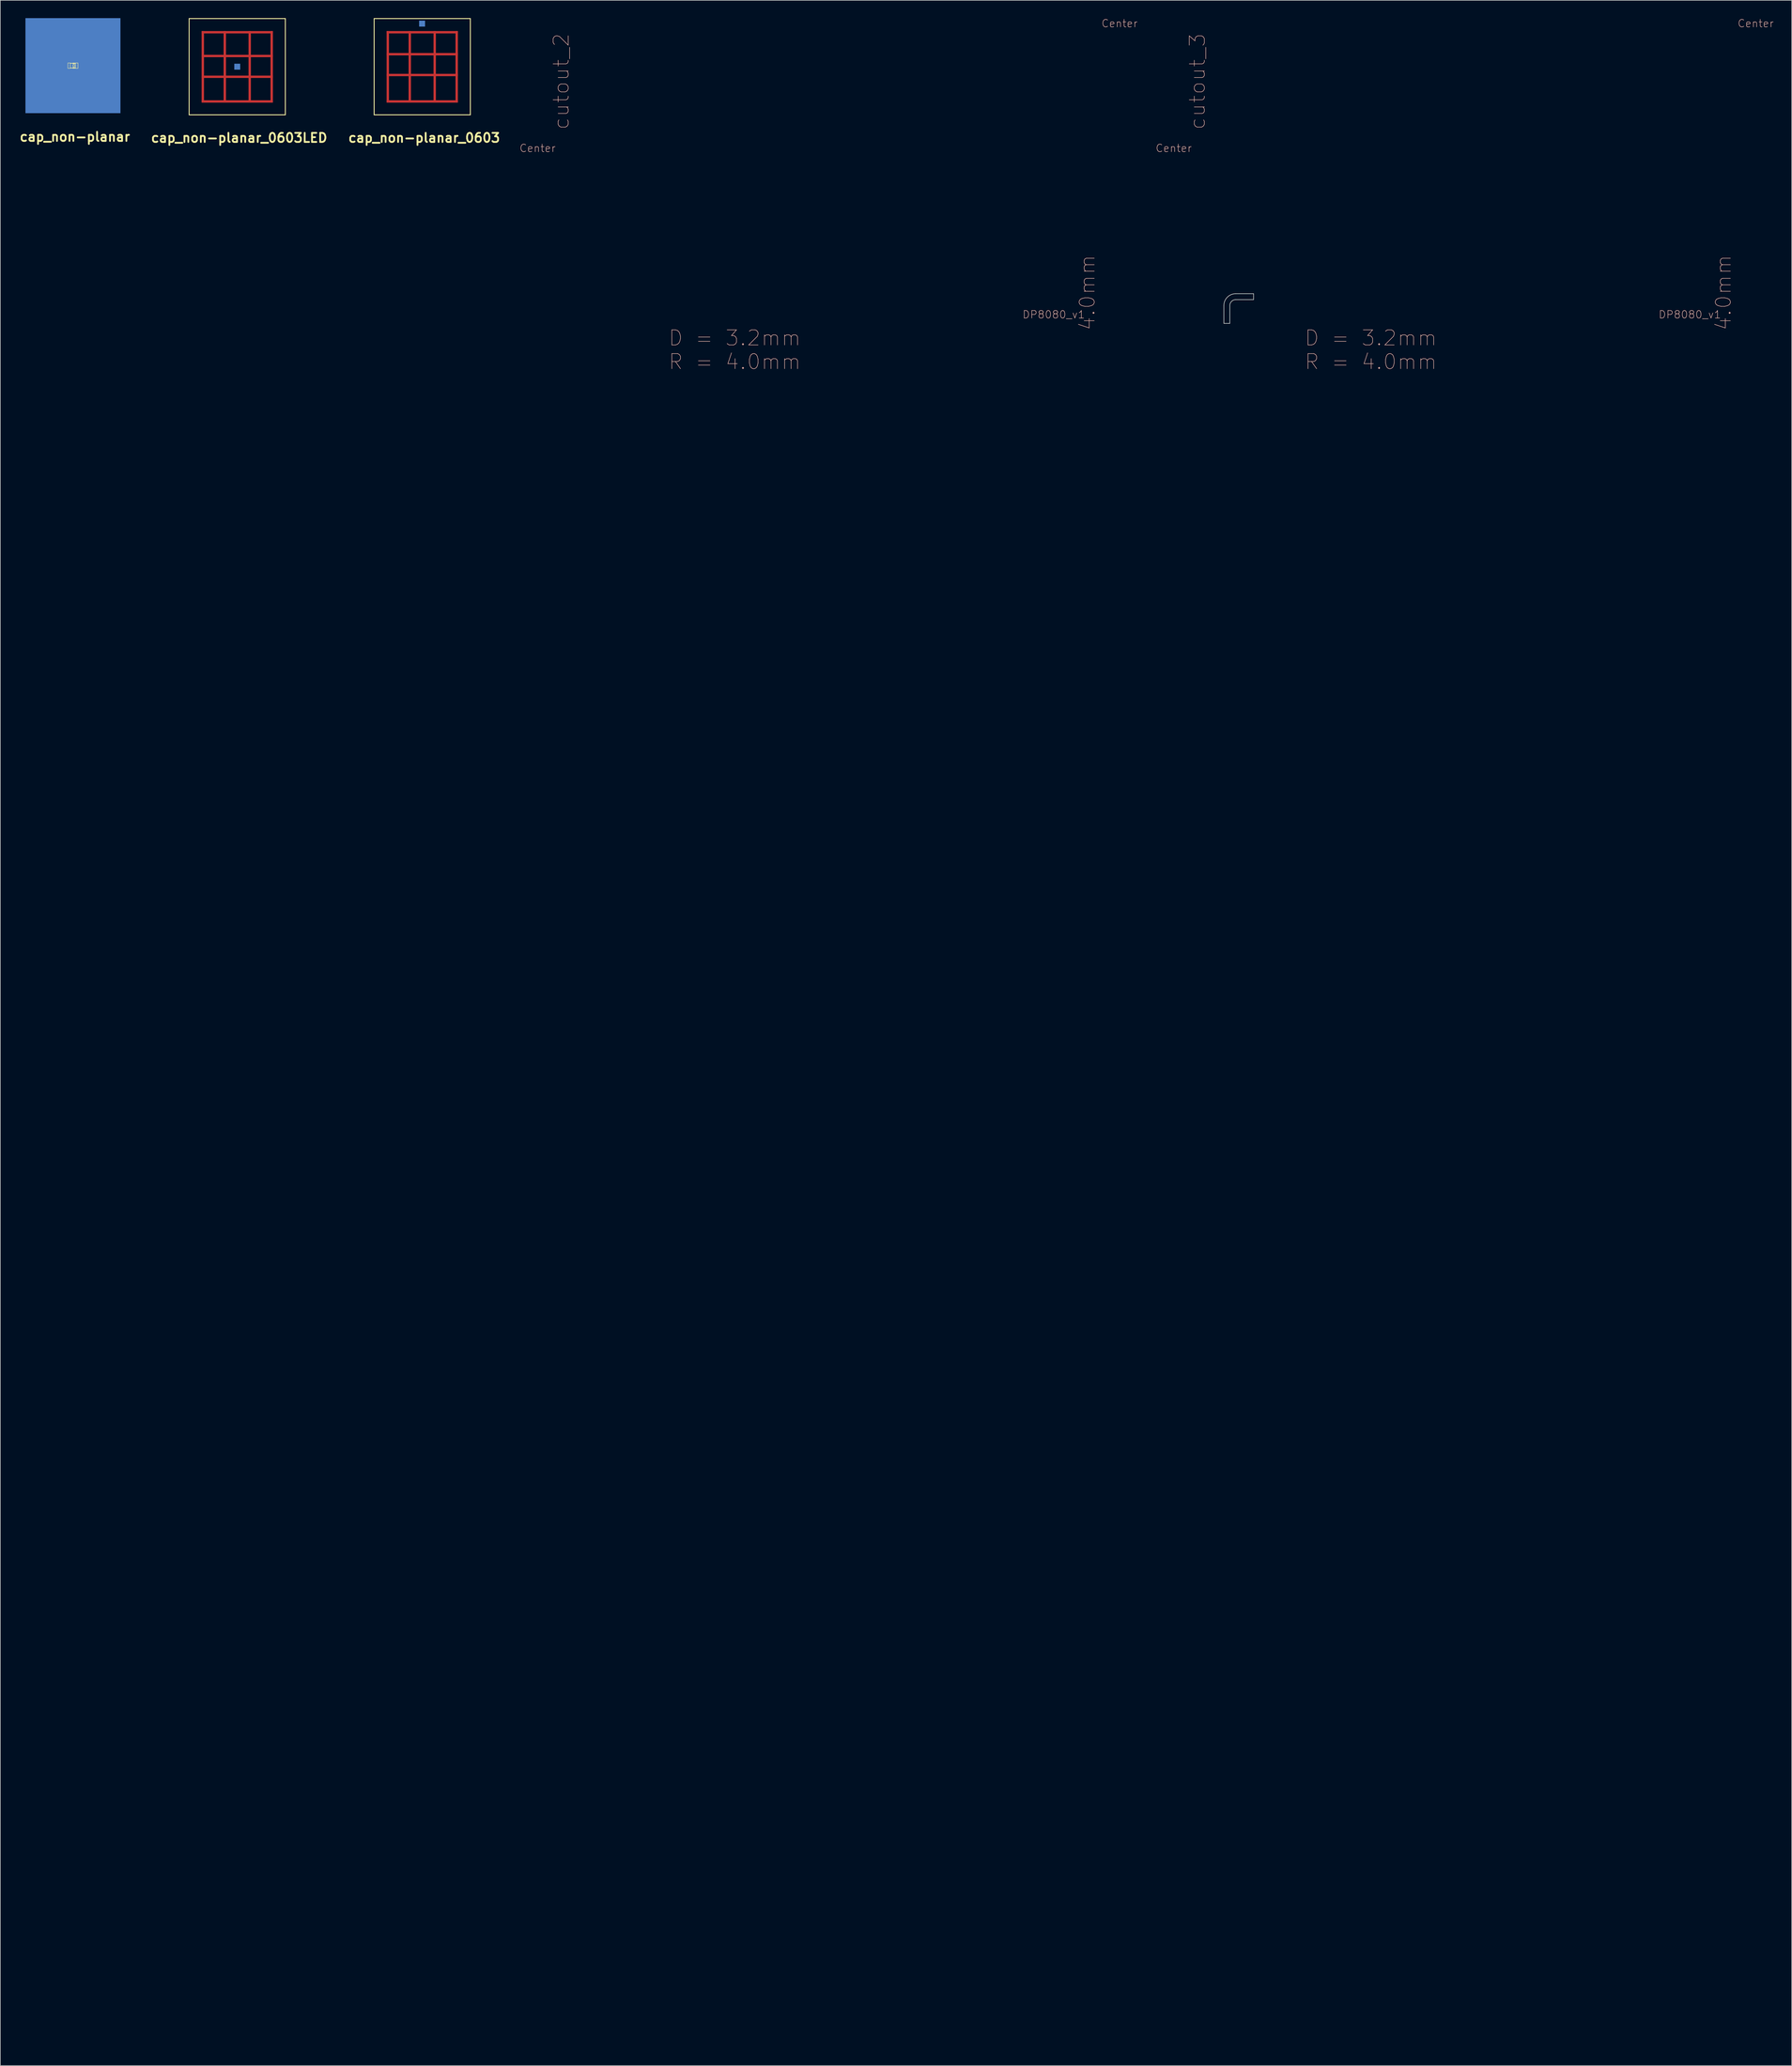
<source format=kicad_pcb>
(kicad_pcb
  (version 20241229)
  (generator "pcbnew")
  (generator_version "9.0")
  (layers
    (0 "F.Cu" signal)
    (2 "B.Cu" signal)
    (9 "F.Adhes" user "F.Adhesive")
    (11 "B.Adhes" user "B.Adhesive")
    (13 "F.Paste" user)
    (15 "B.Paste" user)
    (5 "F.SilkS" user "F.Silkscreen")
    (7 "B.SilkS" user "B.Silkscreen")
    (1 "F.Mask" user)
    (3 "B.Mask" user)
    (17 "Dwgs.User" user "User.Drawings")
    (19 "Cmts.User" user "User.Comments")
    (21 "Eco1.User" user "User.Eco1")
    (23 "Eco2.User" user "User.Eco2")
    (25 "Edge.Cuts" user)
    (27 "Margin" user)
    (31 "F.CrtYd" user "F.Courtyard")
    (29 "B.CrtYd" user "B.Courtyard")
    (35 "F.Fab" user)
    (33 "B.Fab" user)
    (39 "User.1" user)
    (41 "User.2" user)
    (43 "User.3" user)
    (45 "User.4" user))
  (footprint "cutout_2"
    (layer "F.Cu")
    (at 95.666 51.534)
    (property "Reference" "cutout_2" (at -4.209 -40.874 90) (layer "B.SilkS") (effects (font (size 2.54 2.54) (thickness 0.089))))
    (attr exclude_from_pos_files exclude_from_bom)
    (fp_line (start 6.95 284.05) (end 9.95 284.05) (stroke (width 0.1) (type solid)) (layer "Eco1.User"))
    (fp_line (start 6.95 285.05) (end 6.95 284.05) (stroke (width 0.1) (type solid)) (layer "Eco1.User"))
    (fp_line (start 6.95 285.05) (end 6.95 286.05) (stroke (width 0.1) (type solid)) (layer "Eco1.User"))
    (fp_line (start 6.95 286.05) (end 9.95 286.05) (stroke (width 0.1) (type solid)) (layer "Eco1.User"))
    (fp_line (start 9.95 285.05) (end 6.95 285.05) (stroke (width 0.1) (type solid)) (layer "Eco1.User"))
    (fp_line (start 9.95 285.05) (end 6.95 285.05) (stroke (width 0.1) (type solid)) (layer "Eco1.User"))
    (fp_line (start 10.95 280.05) (end 10.95 283.05) (stroke (width 0.1) (type solid)) (layer "Eco1.User"))
    (fp_line (start 10.95 290.05) (end 10.95 287.05) (stroke (width 0.1) (type solid)) (layer "Eco1.User"))
    (fp_line (start 11.95 280.05) (end 10.95 280.05) (stroke (width 0.1) (type solid)) (layer "Eco1.User"))
    (fp_line (start 11.95 283.05) (end 11.95 280.05) (stroke (width 0.1) (type solid)) (layer "Eco1.User"))
    (fp_line (start 11.95 287.05) (end 11.95 290.05) (stroke (width 0.1) (type solid)) (layer "Eco1.User"))
    (fp_line (start 11.95 287.05) (end 11.95 290.05) (stroke (width 0.1) (type solid)) (layer "Eco1.User"))
    (fp_line (start 11.95 290.05) (end 10.95 290.05) (stroke (width 0.1) (type solid)) (layer "Eco1.User"))
    (fp_line (start 11.95 290.05) (end 12.95 290.05) (stroke (width 0.1) (type solid)) (layer "Eco1.User"))
    (fp_line (start 12.95 290.05) (end 12.95 287.05) (stroke (width 0.1) (type solid)) (layer "Eco1.User"))
    (fp_line (start 13.95 285.05) (end 16.95 285.05) (stroke (width 0.1) (type solid)) (layer "Eco1.User"))
    (fp_line (start 16.95 285.05) (end 16.95 284.05) (stroke (width 0.1) (type solid)) (layer "Eco1.User"))
    (fp_arc (start 9.95 285.05) (mid 11.364214 285.635786) (end 11.95 287.05) (stroke (width 0.1) (type solid)) (layer "Eco1.User"))
    (fp_arc (start 9.95 286.05) (mid 10.657107 286.342893) (end 10.95 287.05) (stroke (width 0.1) (type solid)) (layer "Eco1.User"))
    (fp_arc (start 10.95 283.05) (mid 10.657107 283.757107) (end 9.95 284.05) (stroke (width 0.1) (type solid)) (layer "Eco1.User"))
    (fp_arc (start 11.95 283.05) (mid 11.364214 284.464214) (end 9.95 285.05) (stroke (width 0.1) (type solid)) (layer "Eco1.User"))
    (fp_arc (start 11.95 287.05) (mid 12.535786 285.635786) (end 13.95 285.05) (stroke (width 0.1) (type solid)) (layer "Eco1.User"))
    (fp_arc (start 12.95 287.05) (mid 13.242893 286.342893) (end 13.95 286.05) (stroke (width 0.1) (type solid)) (layer "Eco1.User"))
    (fp_arc (start 13.95 285.05) (mid 12.535786 284.464214) (end 11.95 283.05) (stroke (width 0.1) (type solid)) (layer "Eco1.User"))
    (fp_text user "DP8080_v1" (at 78.715 -1.633 0) (layer "B.SilkS") (effects (font (size 1.27 1.27) (thickness 0.089))))
    (fp_text user "Center" (at 89.809 -50.635 0) (layer "B.SilkS") (effects (font (size 1.27 1.27) (thickness 0.089))))
    (fp_text user "4.0mm" (at 84.369 -5.314 90) (layer "B.SilkS") (effects (font (size 2.54 2.54) (thickness 0.089))))
    (fp_text user "Center" (at -8.189 -29.634 0) (layer "B.SilkS") (effects (font (size 1.27 1.27) (thickness 0.089))))
    (fp_text user "R = 4.0mm" (at 24.999 6.304 0) (layer "B.SilkS") (effects (font (size 2.54 2.54) (thickness 0.089))))
    (fp_text user "D = 3.2mm" (at 24.999 2.304 0) (layer "B.SilkS") (effects (font (size 2.54 2.54) (thickness 0.089)))))
  (footprint "cutout_3"
    (layer "F.Cu")
    (at 202.785 51.534)
    (property "Reference" "cutout_3" (at -4.209 -40.874 90) (layer "B.SilkS") (effects (font (size 2.54 2.54) (thickness 0.089))))
    (attr exclude_from_pos_files exclude_from_bom)
    (fp_line (start 0.25 -3.15) (end 0.25 -0.15) (stroke (width 0.1) (type solid)) (layer "Edge.Cuts"))
    (fp_line (start 0.25 -0.15) (end 1.25 -0.15) (stroke (width 0.1) (type solid)) (layer "Edge.Cuts"))
    (fp_line (start 1.25 -0.15) (end 1.25 -3.15) (stroke (width 0.1) (type solid)) (layer "Edge.Cuts"))
    (fp_line (start 2.25 -5.15) (end 5.25 -5.15) (stroke (width 0.1) (type solid)) (layer "Edge.Cuts"))
    (fp_line (start 5.25 -5.15) (end 5.25 -4.15) (stroke (width 0.1) (type solid)) (layer "Edge.Cuts"))
    (fp_line (start 5.25 -4.15) (end 2.25 -4.15) (stroke (width 0.1) (type solid)) (layer "Edge.Cuts"))
    (fp_arc (start 0.25 -3.15) (mid 0.835786 -4.564214) (end 2.25 -5.15) (stroke (width 0.1) (type solid)) (layer "Edge.Cuts"))
    (fp_arc (start 1.25 -3.15) (mid 1.542893 -3.857107) (end 2.25 -4.15) (stroke (width 0.1) (type solid)) (layer "Edge.Cuts"))
    (fp_text user "4.0mm" (at 84.369 -5.314 90) (layer "B.SilkS") (effects (font (size 2.54 2.54) (thickness 0.089))))
    (fp_text user "R = 4.0mm" (at 24.999 6.304 0) (layer "B.SilkS") (effects (font (size 2.54 2.54) (thickness 0.089))))
    (fp_text user "D = 3.2mm" (at 24.999 2.304 0) (layer "B.SilkS") (effects (font (size 2.54 2.54) (thickness 0.089))))
    (fp_text user "DP8080_v1" (at 78.715 -1.633 0) (layer "B.SilkS") (effects (font (size 1.27 1.27) (thickness 0.089))))
    (fp_text user "Center" (at 89.809 -50.635 0) (layer "B.SilkS") (effects (font (size 1.27 1.27) (thickness 0.089))))
    (fp_text user "Center" (at -8.189 -29.634 0) (layer "B.SilkS") (effects (font (size 1.27 1.27) (thickness 0.089)))))
  (footprint "cap_non-planar"
    (layer "F.Cu")
    (at 9.233 8)
    (property "Reference" "cap_non-planar" (at 0.325 11.975 0) (layer "F.SilkS") (effects (font (size 1.524 1.524) (thickness 0.305))))
    (attr through_hole)
    (fp_line (start -0.848 -0.45) (end -0.848 0.45) (stroke (width 0.066) (type solid)) (layer "F.SilkS"))
    (fp_line (start -0.848 -0.45) (end -0.45 -0.45) (stroke (width 0.066) (type solid)) (layer "F.SilkS"))
    (fp_line (start -0.848 0.45) (end -0.45 0.45) (stroke (width 0.066) (type solid)) (layer "F.SilkS"))
    (fp_line (start -0.45 -0.45) (end -0.45 0.45) (stroke (width 0.066) (type solid)) (layer "F.SilkS"))
    (fp_line (start 0 -0.45) (end 0 -0.3) (stroke (width 0.066) (type solid)) (layer "F.SilkS"))
    (fp_line (start 0 -0.45) (end 0.3 -0.45) (stroke (width 0.066) (type solid)) (layer "F.SilkS"))
    (fp_line (start 0 -0.3) (end 0.3 -0.3) (stroke (width 0.066) (type solid)) (layer "F.SilkS"))
    (fp_line (start 0 -0.15) (end 0 0.15) (stroke (width 0.066) (type solid)) (layer "F.SilkS"))
    (fp_line (start 0 -0.15) (end 0.3 -0.15) (stroke (width 0.066) (type solid)) (layer "F.SilkS"))
    (fp_line (start 0 0.15) (end 0.3 0.15) (stroke (width 0.066) (type solid)) (layer "F.SilkS"))
    (fp_line (start 0 0.3) (end 0 0.45) (stroke (width 0.066) (type solid)) (layer "F.SilkS"))
    (fp_line (start 0 0.3) (end 0.3 0.3) (stroke (width 0.066) (type solid)) (layer "F.SilkS"))
    (fp_line (start 0 0.45) (end 0.3 0.45) (stroke (width 0.066) (type solid)) (layer "F.SilkS"))
    (fp_line (start 0.3 -0.45) (end 0.3 -0.3) (stroke (width 0.066) (type solid)) (layer "F.SilkS"))
    (fp_line (start 0.3 -0.15) (end 0.3 0.15) (stroke (width 0.066) (type solid)) (layer "F.SilkS"))
    (fp_line (start 0.3 0.3) (end 0.3 0.45) (stroke (width 0.066) (type solid)) (layer "F.SilkS"))
    (fp_line (start 0.45 -0.45) (end 0.45 0.45) (stroke (width 0.066) (type solid)) (layer "F.SilkS"))
    (fp_line (start 0.45 -0.45) (end 0.848 -0.45) (stroke (width 0.066) (type solid)) (layer "F.SilkS"))
    (fp_line (start 0.45 -0.399) (end -0.45 -0.399) (stroke (width 0.102) (type solid)) (layer "F.SilkS"))
    (fp_line (start 0.45 0.399) (end -0.45 0.399) (stroke (width 0.102) (type solid)) (layer "F.SilkS"))
    (fp_line (start 0.45 0.45) (end 0.848 0.45) (stroke (width 0.066) (type solid)) (layer "F.SilkS"))
    (fp_line (start 0.848 -0.45) (end 0.848 0.45) (stroke (width 0.066) (type solid)) (layer "F.SilkS"))
    (pad "1" smd rect (at -0.749 0) (size 0.798 0.798) (layers "F.Cu" "F.Mask" "F.Paste"))
    (pad "1" smd rect (at 0 0) (size 16 16) (layers "F.Mask" "B.Cu" "F.Paste"))
    (pad "2" smd rect (at -5.8 0 90) (size 12 0.4) (layers "F.Cu" "F.Mask" "F.Paste"))
    (pad "2" smd rect (at -1.8 0 90) (size 12 0.4) (layers "F.Cu" "F.Mask" "F.Paste"))
    (pad "2" smd rect (at 0 -5.8 180) (size 12 0.4) (layers "F.Cu" "F.Mask" "F.Paste"))
    (pad "2" smd rect (at 0 -1.8 180) (size 12 0.4) (layers "F.Cu" "F.Mask" "F.Paste"))
    (pad "2" smd rect (at 0 1.85 180) (size 12 0.4) (layers "F.Cu" "F.Mask" "F.Paste"))
    (pad "2" smd rect (at 0 5.85 180) (size 12 0.4) (layers "F.Cu" "F.Mask" "F.Paste"))
    (pad "2" smd rect (at 0.749 0) (size 0.798 0.798) (layers "F.Cu" "F.Mask" "F.Paste"))
    (pad "2" smd rect (at 1.8 0 90) (size 12 0.4) (layers "F.Cu" "F.Mask" "F.Paste"))
    (pad "2" smd rect (at 5.8 0 90) (size 12 0.4) (layers "F.Cu" "F.Mask" "F.Paste")))
  (footprint "cap_non-planar_0603"
    (layer "F.Cu")
    (at 68.05 8.175)
    (property "Reference" "cap_non-planar_0603" (at 0.325 11.975 0) (layer "F.SilkS") (effects (font (size 1.524 1.524) (thickness 0.305))))
    (attr through_hole)
    (fp_line (start -8.1 -8.1) (end 8.1 -8.1) (stroke (width 0.15) (type solid)) (layer "F.SilkS"))
    (fp_line (start -8.1 8.1) (end -8.1 -8.1) (stroke (width 0.15) (type solid)) (layer "F.SilkS"))
    (fp_line (start 8.1 -8.1) (end 8.1 8.1) (stroke (width 0.15) (type solid)) (layer "F.SilkS"))
    (fp_line (start 8.1 8.1) (end -8.1 8.1) (stroke (width 0.15) (type solid)) (layer "F.SilkS"))
    (pad "1" smd rect (at -0.025 -7.25) (size 1 1) (layers "F.Mask" "B.Cu" "F.Paste"))
    (pad "2" smd rect (at -5.8 0 90) (size 12 0.4) (layers "F.Cu" "F.Mask" "F.Paste"))
    (pad "2" smd rect (at -2.1 0 90) (size 12 0.4) (layers "F.Cu" "F.Mask" "F.Paste"))
    (pad "2" smd rect (at 0 -5.8 180) (size 12 0.4) (layers "F.Cu" "F.Mask" "F.Paste"))
    (pad "2" smd rect (at 0 -2.1 180) (size 12 0.4) (layers "F.Cu" "F.Mask" "F.Paste"))
    (pad "2" smd rect (at 0 1.4 180) (size 12 0.4) (layers "F.Cu" "F.Mask" "F.Paste"))
    (pad "2" smd rect (at 0 5.85 180) (size 12 0.4) (layers "F.Cu" "F.Mask" "F.Paste"))
    (pad "2" smd rect (at 2.1 0 90) (size 12 0.4) (layers "F.Cu" "F.Mask" "F.Paste"))
    (pad "2" smd rect (at 5.8 0 90) (size 12 0.4) (layers "F.Cu" "F.Mask" "F.Paste")))
  (footprint "cap_non-planar_0603LED"
    (layer "F.Cu")
    (at 36.9 8.175)
    (property "Reference" "cap_non-planar_0603LED" (at 0.325 11.975 0) (layer "F.SilkS") (effects (font (size 1.524 1.524) (thickness 0.305))))
    (attr through_hole)
    (fp_line (start -8.1 -8.1) (end 8.1 -8.1) (stroke (width 0.15) (type solid)) (layer "F.SilkS"))
    (fp_line (start -8.1 8.1) (end -8.1 -8.1) (stroke (width 0.15) (type solid)) (layer "F.SilkS"))
    (fp_line (start 8.1 -8.1) (end 8.1 8.1) (stroke (width 0.15) (type solid)) (layer "F.SilkS"))
    (fp_line (start 8.1 8.1) (end -8.1 8.1) (stroke (width 0.15) (type solid)) (layer "F.SilkS"))
    (pad "1" smd rect (at 0 0) (size 1 1) (layers "F.Mask" "B.Cu" "F.Paste"))
    (pad "2" smd rect (at -5.8 0 90) (size 12 0.4) (layers "F.Cu" "F.Mask" "F.Paste"))
    (pad "2" smd rect (at -2.1 0 90) (size 12 0.4) (layers "F.Cu" "F.Mask" "F.Paste"))
    (pad "2" smd rect (at 0 -5.8 180) (size 12 0.4) (layers "F.Cu" "F.Mask" "F.Paste"))
    (pad "2" smd rect (at 0 -1.8 180) (size 12 0.4) (layers "F.Cu" "F.Mask" "F.Paste"))
    (pad "2" smd rect (at 0 1.7 180) (size 12 0.4) (layers "F.Cu" "F.Mask" "F.Paste"))
    (pad "2" smd rect (at 0 5.85 180) (size 12 0.4) (layers "F.Cu" "F.Mask" "F.Paste"))
    (pad "2" smd rect (at 2.1 0 90) (size 12 0.4) (layers "F.Cu" "F.Mask" "F.Paste"))
    (pad "2" smd rect (at 5.8 0 90) (size 12 0.4) (layers "F.Cu" "F.Mask" "F.Paste")))
  (gr_rect
    (start -3 -3)
    (end 298.654 344.634)
    (stroke (width 0.1) (type default))
    (fill no)
    (layer "Edge.Cuts")))
</source>
